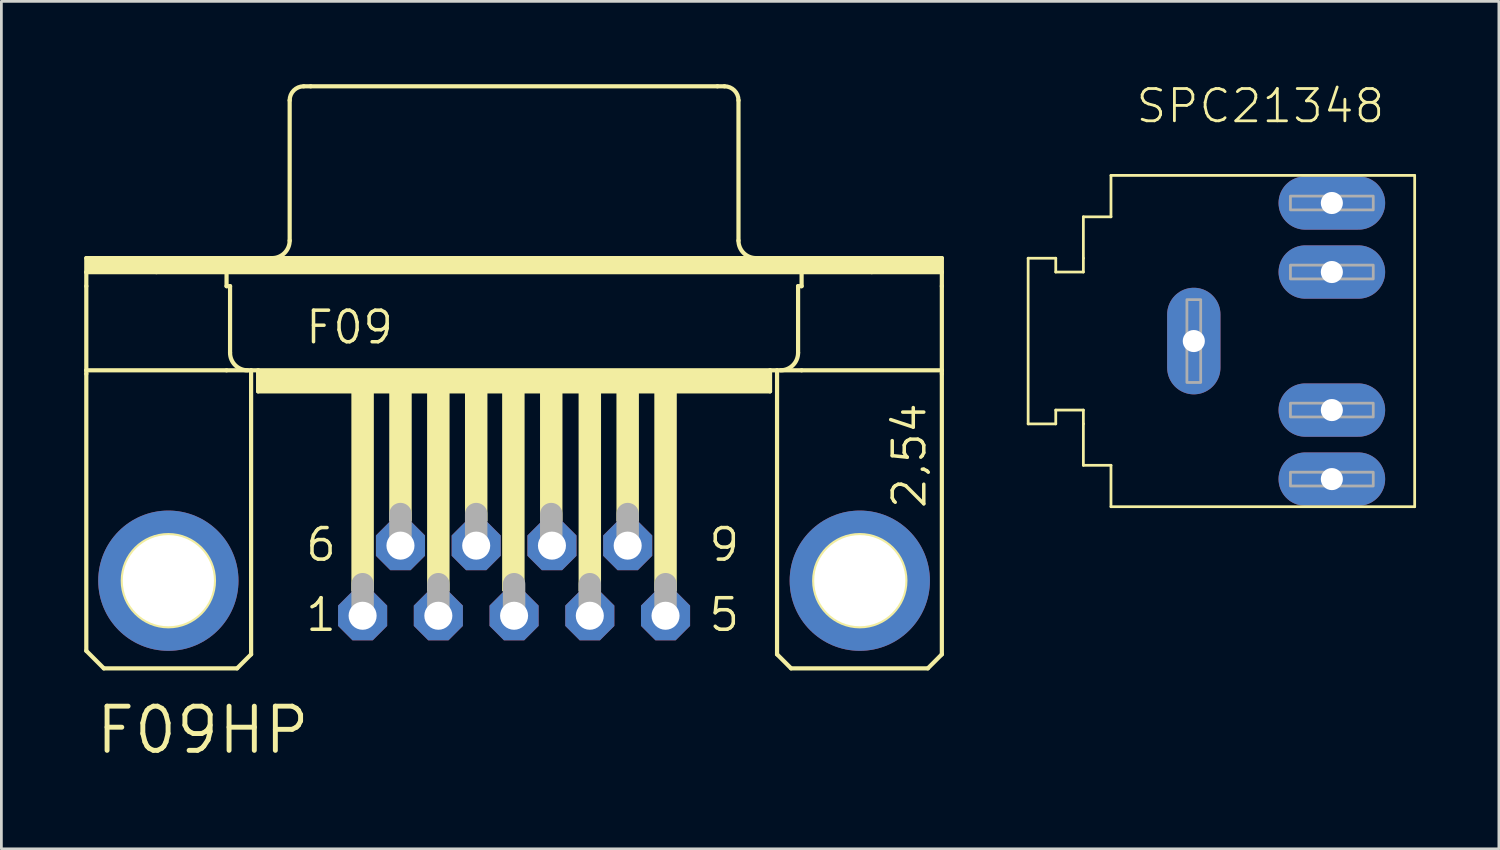
<source format=kicad_pcb>
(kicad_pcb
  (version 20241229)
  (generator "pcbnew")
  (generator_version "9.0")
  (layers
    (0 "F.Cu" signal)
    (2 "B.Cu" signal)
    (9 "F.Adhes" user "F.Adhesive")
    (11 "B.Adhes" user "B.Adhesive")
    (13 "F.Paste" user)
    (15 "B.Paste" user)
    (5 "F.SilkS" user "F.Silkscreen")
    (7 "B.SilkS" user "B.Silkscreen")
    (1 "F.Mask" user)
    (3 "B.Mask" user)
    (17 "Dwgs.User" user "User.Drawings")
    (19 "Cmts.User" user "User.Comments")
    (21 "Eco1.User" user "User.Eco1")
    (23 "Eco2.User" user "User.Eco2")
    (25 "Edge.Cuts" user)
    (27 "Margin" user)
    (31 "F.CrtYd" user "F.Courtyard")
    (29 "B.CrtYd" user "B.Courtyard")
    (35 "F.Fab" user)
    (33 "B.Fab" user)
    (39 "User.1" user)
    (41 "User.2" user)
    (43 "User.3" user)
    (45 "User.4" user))
  (footprint "F09HP"
    (layer "F.Cu")
    (at 15.57 17.983)
    (property "Reference" "F09HP" (at -15.24 6.35 0) (layer "F.SilkS") (effects (font (size 1.6 1.6) (thickness 0.178)) (justify left bottom)))
    (fp_line (start -15.494 -11.684) (end -7.747 -11.684) (stroke (width 0.152) (type solid)) (layer "F.SilkS"))
    (fp_line (start -15.494 -11.176) (end -15.494 -11.684) (stroke (width 0.152) (type solid)) (layer "F.SilkS"))
    (fp_line (start -15.494 -11.176) (end -12.954 -11.176) (stroke (width 0.152) (type solid)) (layer "F.SilkS"))
    (fp_line (start -15.494 -10.668) (end -15.494 -11.176) (stroke (width 0.152) (type solid)) (layer "F.SilkS"))
    (fp_line (start -15.494 -7.62) (end -15.494 -10.668) (stroke (width 0.152) (type solid)) (layer "F.SilkS"))
    (fp_line (start -15.494 -7.62) (end -15.494 -7.493) (stroke (width 0.152) (type solid)) (layer "F.SilkS"))
    (fp_line (start -15.494 -7.62) (end -10.414 -7.62) (stroke (width 0.152) (type solid)) (layer "F.SilkS"))
    (fp_line (start -15.494 2.54) (end -15.494 -7.493) (stroke (width 0.152) (type solid)) (layer "F.SilkS"))
    (fp_line (start -14.859 3.175) (end -15.494 2.54) (stroke (width 0.152) (type solid)) (layer "F.SilkS"))
    (fp_line (start -12.954 -11.176) (end -10.414 -11.176) (stroke (width 0.152) (type solid)) (layer "F.SilkS"))
    (fp_line (start -10.414 -11.176) (end 10.414 -11.176) (stroke (width 0.152) (type solid)) (layer "F.SilkS"))
    (fp_line (start -10.414 -10.668) (end -10.414 -11.176) (stroke (width 0.152) (type solid)) (layer "F.SilkS"))
    (fp_line (start -10.414 -10.668) (end -10.287 -10.668) (stroke (width 0.152) (type solid)) (layer "F.SilkS"))
    (fp_line (start -10.414 -7.62) (end -9.525 -7.62) (stroke (width 0.152) (type solid)) (layer "F.SilkS"))
    (fp_line (start -10.287 -8.255) (end -10.287 -10.668) (stroke (width 0.152) (type solid)) (layer "F.SilkS"))
    (fp_line (start -10.033 3.175) (end -14.859 3.175) (stroke (width 0.152) (type solid)) (layer "F.SilkS"))
    (fp_line (start -10.033 3.175) (end -9.525 2.667) (stroke (width 0.152) (type solid)) (layer "F.SilkS"))
    (fp_line (start -9.525 -7.62) (end -9.271 -7.62) (stroke (width 0.152) (type solid)) (layer "F.SilkS"))
    (fp_line (start -9.525 2.667) (end -9.525 -7.62) (stroke (width 0.152) (type solid)) (layer "F.SilkS"))
    (fp_line (start -9.271 -7.62) (end -9.271 -6.858) (stroke (width 0.152) (type solid)) (layer "F.SilkS"))
    (fp_line (start -9.271 -7.62) (end 9.271 -7.62) (stroke (width 0.152) (type solid)) (layer "F.SilkS"))
    (fp_line (start -9.271 -6.858) (end 9.271 -6.858) (stroke (width 0.152) (type solid)) (layer "F.SilkS"))
    (fp_line (start -8.128 -12.319) (end -8.128 -17.399) (stroke (width 0.152) (type solid)) (layer "F.SilkS"))
    (fp_line (start -7.747 -11.684) (end 7.747 -11.684) (stroke (width 0.152) (type solid)) (layer "F.SilkS"))
    (fp_line (start -7.62 -17.907) (end -7.366 -17.907) (stroke (width 0.152) (type solid)) (layer "F.SilkS"))
    (fp_line (start -7.366 -17.907) (end 7.366 -17.907) (stroke (width 0.152) (type solid)) (layer "F.SilkS"))
    (fp_line (start 7.366 -17.907) (end 7.62 -17.907) (stroke (width 0.152) (type solid)) (layer "F.SilkS"))
    (fp_line (start 7.747 -11.684) (end 15.494 -11.684) (stroke (width 0.152) (type solid)) (layer "F.SilkS"))
    (fp_line (start 8.128 -12.319) (end 8.128 -17.399) (stroke (width 0.152) (type solid)) (layer "F.SilkS"))
    (fp_line (start 9.271 -7.62) (end 9.271 -6.858) (stroke (width 0.152) (type solid)) (layer "F.SilkS"))
    (fp_line (start 9.271 -7.62) (end 9.525 -7.62) (stroke (width 0.152) (type solid)) (layer "F.SilkS"))
    (fp_line (start 9.525 -7.62) (end 10.414 -7.62) (stroke (width 0.152) (type solid)) (layer "F.SilkS"))
    (fp_line (start 9.525 2.667) (end 9.525 -7.62) (stroke (width 0.152) (type solid)) (layer "F.SilkS"))
    (fp_line (start 9.525 2.667) (end 10.033 3.175) (stroke (width 0.152) (type solid)) (layer "F.SilkS"))
    (fp_line (start 10.033 3.175) (end 14.986 3.175) (stroke (width 0.152) (type solid)) (layer "F.SilkS"))
    (fp_line (start 10.287 -10.668) (end 10.414 -10.668) (stroke (width 0.152) (type solid)) (layer "F.SilkS"))
    (fp_line (start 10.287 -8.255) (end 10.287 -10.668) (stroke (width 0.152) (type solid)) (layer "F.SilkS"))
    (fp_line (start 10.414 -11.176) (end 12.954 -11.176) (stroke (width 0.152) (type solid)) (layer "F.SilkS"))
    (fp_line (start 10.414 -10.668) (end 10.414 -11.176) (stroke (width 0.152) (type solid)) (layer "F.SilkS"))
    (fp_line (start 10.414 -7.62) (end 15.494 -7.62) (stroke (width 0.152) (type solid)) (layer "F.SilkS"))
    (fp_line (start 12.954 -11.176) (end 15.494 -11.176) (stroke (width 0.152) (type solid)) (layer "F.SilkS"))
    (fp_line (start 14.986 3.175) (end 15.494 2.667) (stroke (width 0.152) (type solid)) (layer "F.SilkS"))
    (fp_line (start 15.494 -11.684) (end 15.494 -11.176) (stroke (width 0.152) (type solid)) (layer "F.SilkS"))
    (fp_line (start 15.494 -11.176) (end 15.494 -10.668) (stroke (width 0.152) (type solid)) (layer "F.SilkS"))
    (fp_line (start 15.494 -10.668) (end 15.494 -7.62) (stroke (width 0.152) (type solid)) (layer "F.SilkS"))
    (fp_line (start 15.494 -7.62) (end 15.494 -7.493) (stroke (width 0.152) (type solid)) (layer "F.SilkS"))
    (fp_line (start 15.494 2.667) (end 15.494 -7.493) (stroke (width 0.152) (type solid)) (layer "F.SilkS"))
    (fp_arc (start -9.652 -7.62) (mid -10.101013 -7.805987) (end -10.287 -8.255) (stroke (width 0.1524) (type solid)) (layer "F.SilkS"))
    (fp_arc (start -8.128 -17.399) (mid -7.97921 -17.75821) (end -7.62 -17.907) (stroke (width 0.1524) (type solid)) (layer "F.SilkS"))
    (fp_arc (start -8.128 -12.319) (mid -8.313987 -11.869987) (end -8.763 -11.684) (stroke (width 0.1524) (type solid)) (layer "F.SilkS"))
    (fp_arc (start 7.62 -17.907) (mid 7.97921 -17.75821) (end 8.128 -17.399) (stroke (width 0.1524) (type solid)) (layer "F.SilkS"))
    (fp_arc (start 8.763 -11.684) (mid 8.313987 -11.869987) (end 8.128 -12.319) (stroke (width 0.1524) (type solid)) (layer "F.SilkS"))
    (fp_arc (start 10.287 -8.255) (mid 10.101013 -7.805987) (end 9.652 -7.62) (stroke (width 0.1524) (type solid)) (layer "F.SilkS"))
    (fp_circle (center -12.522 0) (end -10.871 0) (stroke (width 0.152) (type solid)) (fill no) (layer "F.SilkS"))
    (fp_circle (center 12.522 0) (end 14.173 0) (stroke (width 0.152) (type solid)) (fill no) (layer "F.SilkS"))
    (fp_poly (pts (xy -15.494 -11.176) (xy 15.494 -11.176) (xy 15.494 -11.684) (xy -15.494 -11.684)) (stroke (width 0) (type solid)) (fill yes) (layer "F.SilkS"))
    (fp_poly (pts (xy -9.271 -6.858) (xy 9.271 -6.858) (xy 9.271 -7.62) (xy -9.271 -7.62)) (stroke (width 0) (type solid)) (fill yes) (layer "F.SilkS"))
    (fp_poly (pts (xy -5.893 0.381) (xy -5.08 0.381) (xy -5.08 -6.858) (xy -5.893 -6.858)) (stroke (width 0) (type solid)) (fill yes) (layer "F.SilkS"))
    (fp_poly (pts (xy -4.521 -2.159) (xy -3.708 -2.159) (xy -3.708 -6.858) (xy -4.521 -6.858)) (stroke (width 0) (type solid)) (fill yes) (layer "F.SilkS"))
    (fp_poly (pts (xy -3.15 0.381) (xy -2.337 0.381) (xy -2.337 -6.858) (xy -3.15 -6.858)) (stroke (width 0) (type solid)) (fill yes) (layer "F.SilkS"))
    (fp_poly (pts (xy -1.778 -2.159) (xy -0.965 -2.159) (xy -0.965 -6.858) (xy -1.778 -6.858)) (stroke (width 0) (type solid)) (fill yes) (layer "F.SilkS"))
    (fp_poly (pts (xy -0.432 0.381) (xy 0.381 0.381) (xy 0.381 -6.858) (xy -0.432 -6.858)) (stroke (width 0) (type solid)) (fill yes) (layer "F.SilkS"))
    (fp_poly (pts (xy 0.94 -2.159) (xy 1.753 -2.159) (xy 1.753 -6.858) (xy 0.94 -6.858)) (stroke (width 0) (type solid)) (fill yes) (layer "F.SilkS"))
    (fp_poly (pts (xy 2.337 0.381) (xy 3.15 0.381) (xy 3.15 -6.858) (xy 2.337 -6.858)) (stroke (width 0) (type solid)) (fill yes) (layer "F.SilkS"))
    (fp_poly (pts (xy 3.708 -2.159) (xy 4.521 -2.159) (xy 4.521 -6.858) (xy 3.708 -6.858)) (stroke (width 0) (type solid)) (fill yes) (layer "F.SilkS"))
    (fp_poly (pts (xy 5.08 0.381) (xy 5.893 0.381) (xy 5.893 -6.858) (xy 5.08 -6.858)) (stroke (width 0) (type solid)) (fill yes) (layer "F.SilkS"))
    (fp_line (start -5.486 1.143) (end -5.486 0.127) (stroke (width 0.813) (type solid)) (layer "F.Fab"))
    (fp_line (start -4.115 -1.397) (end -4.115 -2.413) (stroke (width 0.813) (type solid)) (layer "F.Fab"))
    (fp_line (start -2.743 1.143) (end -2.743 0.127) (stroke (width 0.813) (type solid)) (layer "F.Fab"))
    (fp_line (start -1.372 -1.397) (end -1.372 -2.413) (stroke (width 0.813) (type solid)) (layer "F.Fab"))
    (fp_line (start 0 1.143) (end 0 0.127) (stroke (width 0.813) (type solid)) (layer "F.Fab"))
    (fp_line (start 1.346 -1.397) (end 1.346 -2.413) (stroke (width 0.813) (type solid)) (layer "F.Fab"))
    (fp_line (start 2.743 1.143) (end 2.743 0.127) (stroke (width 0.813) (type solid)) (layer "F.Fab"))
    (fp_line (start 4.115 -1.397) (end 4.115 -2.413) (stroke (width 0.813) (type solid)) (layer "F.Fab"))
    (fp_line (start 5.486 1.143) (end 5.486 0.127) (stroke (width 0.813) (type solid)) (layer "F.Fab"))
    (fp_text user "F09" (at -7.62 -8.509 0) (layer "F.SilkS") (effects (font (size 1.143 1.143) (thickness 0.127)) (justify left bottom)))
    (fp_text user "9" (at 6.985 -0.635 0) (layer "F.SilkS") (effects (font (size 1.143 1.143) (thickness 0.127)) (justify left bottom)))
    (fp_text user "1" (at -7.62 1.905 0) (layer "F.SilkS") (effects (font (size 1.143 1.143) (thickness 0.127)) (justify left bottom)))
    (fp_text user "6" (at -7.62 -0.635 0) (layer "F.SilkS") (effects (font (size 1.143 1.143) (thickness 0.127)) (justify left bottom)))
    (fp_text user "2,54" (at 14.986 -2.54 90) (layer "F.SilkS") (effects (font (size 1.143 1.143) (thickness 0.127)) (justify left bottom)))
    (fp_text user "5" (at 6.985 1.905 0) (layer "F.SilkS") (effects (font (size 1.143 1.143) (thickness 0.127)) (justify left bottom)))
    (pad "1" thru_hole roundrect (at -5.486 1.27) (size 1.778 1.778) (drill 1.016) (layers "*.Cu" "*.Mask") (roundrect_rratio 0.25) (chamfer_ratio 0.293) (chamfer top_left top_right bottom_left bottom_right))
    (pad "2" thru_hole roundrect (at -2.743 1.27) (size 1.778 1.778) (drill 1.016) (layers "*.Cu" "*.Mask") (roundrect_rratio 0.25) (chamfer_ratio 0.293) (chamfer top_left top_right bottom_left bottom_right))
    (pad "3" thru_hole roundrect (at 0 1.27) (size 1.778 1.778) (drill 1.016) (layers "*.Cu" "*.Mask") (roundrect_rratio 0.25) (chamfer_ratio 0.293) (chamfer top_left top_right bottom_left bottom_right))
    (pad "4" thru_hole roundrect (at 2.743 1.27) (size 1.778 1.778) (drill 1.016) (layers "*.Cu" "*.Mask") (roundrect_rratio 0.25) (chamfer_ratio 0.293) (chamfer top_left top_right bottom_left bottom_right))
    (pad "5" thru_hole roundrect (at 5.486 1.27) (size 1.778 1.778) (drill 1.016) (layers "*.Cu" "*.Mask") (roundrect_rratio 0.25) (chamfer_ratio 0.293) (chamfer top_left top_right bottom_left bottom_right))
    (pad "6" thru_hole roundrect (at -4.115 -1.27) (size 1.778 1.778) (drill 1.016) (layers "*.Cu" "*.Mask") (roundrect_rratio 0.25) (chamfer_ratio 0.293) (chamfer top_left top_right bottom_left bottom_right))
    (pad "7" thru_hole roundrect (at -1.372 -1.27) (size 1.778 1.778) (drill 1.016) (layers "*.Cu" "*.Mask") (roundrect_rratio 0.25) (chamfer_ratio 0.293) (chamfer top_left top_right bottom_left bottom_right))
    (pad "8" thru_hole roundrect (at 1.372 -1.27) (size 1.778 1.778) (drill 1.016) (layers "*.Cu" "*.Mask") (roundrect_rratio 0.25) (chamfer_ratio 0.293) (chamfer top_left top_right bottom_left bottom_right))
    (pad "9" thru_hole roundrect (at 4.115 -1.27) (size 1.778 1.778) (drill 1.016) (layers "*.Cu" "*.Mask") (roundrect_rratio 0.25) (chamfer_ratio 0.293) (chamfer top_left top_right bottom_left bottom_right))
    (pad "G1" thru_hole circle (at -12.522 0) (size 5.08 5.08) (drill 3.302) (layers "*.Cu" "*.Mask"))
    (pad "G2" thru_hole circle (at 12.522 0) (size 5.08 5.08) (drill 3.302) (layers "*.Cu" "*.Mask")))
  (footprint "SPC21348"
    (layer "F.Cu")
    (at 40.19 9.303)
    (property "Reference" "SPC21348" (at -2.16 -7.83 0) (layer "F.SilkS") (effects (font (size 1.168 1.168) (thickness 0.102)) (justify left bottom)))
    (fp_line (start -6 -3) (end -6 3) (stroke (width 0.1) (type solid)) (layer "F.SilkS"))
    (fp_line (start -6 -3) (end -5 -3) (stroke (width 0.1) (type solid)) (layer "F.SilkS"))
    (fp_line (start -6 3) (end -5 3) (stroke (width 0.1) (type solid)) (layer "F.SilkS"))
    (fp_line (start -5 -3) (end -5 -2.5) (stroke (width 0.1) (type solid)) (layer "F.SilkS"))
    (fp_line (start -5 -2.5) (end -4 -2.5) (stroke (width 0.1) (type solid)) (layer "F.SilkS"))
    (fp_line (start -5 2.5) (end -5 3) (stroke (width 0.1) (type solid)) (layer "F.SilkS"))
    (fp_line (start -4 -4.5) (end -4 -3) (stroke (width 0.1) (type solid)) (layer "F.SilkS"))
    (fp_line (start -4 -2.5) (end -4 -3) (stroke (width 0.1) (type solid)) (layer "F.SilkS"))
    (fp_line (start -4 2.5) (end -5 2.5) (stroke (width 0.1) (type solid)) (layer "F.SilkS"))
    (fp_line (start -4 3) (end -4 2.5) (stroke (width 0.1) (type solid)) (layer "F.SilkS"))
    (fp_line (start -4 4.5) (end -4 3) (stroke (width 0.1) (type solid)) (layer "F.SilkS"))
    (fp_line (start -3 -6) (end -3 -4.5) (stroke (width 0.1) (type solid)) (layer "F.SilkS"))
    (fp_line (start -3 -6) (end 8 -6) (stroke (width 0.1) (type solid)) (layer "F.SilkS"))
    (fp_line (start -3 -4.5) (end -4 -4.5) (stroke (width 0.1) (type solid)) (layer "F.SilkS"))
    (fp_line (start -3 4.5) (end -4 4.5) (stroke (width 0.1) (type solid)) (layer "F.SilkS"))
    (fp_line (start -3 6) (end -3 4.5) (stroke (width 0.1) (type solid)) (layer "F.SilkS"))
    (fp_line (start -3 6) (end 8 6) (stroke (width 0.1) (type solid)) (layer "F.SilkS"))
    (fp_line (start 8 -6) (end 8 6) (stroke (width 0.1) (type solid)) (layer "F.SilkS"))
    (fp_poly (pts (xy -0.25 1.5) (xy 0.25 1.5) (xy 0.25 -1.5) (xy -0.25 -1.5)) (stroke (width 0.1) (type solid)) (fill no) (layer "F.Fab"))
    (fp_poly (pts (xy 6.5 -4.75) (xy 6.5 -5.25) (xy 3.5 -5.25) (xy 3.5 -4.75)) (stroke (width 0.1) (type solid)) (fill no) (layer "F.Fab"))
    (fp_poly (pts (xy 6.5 -2.25) (xy 6.5 -2.75) (xy 3.5 -2.75) (xy 3.5 -2.25)) (stroke (width 0.1) (type solid)) (fill no) (layer "F.Fab"))
    (fp_poly (pts (xy 6.5 2.75) (xy 6.5 2.25) (xy 3.5 2.25) (xy 3.5 2.75)) (stroke (width 0.1) (type solid)) (fill no) (layer "F.Fab"))
    (fp_poly (pts (xy 6.5 5.25) (xy 6.5 4.75) (xy 3.5 4.75) (xy 3.5 5.25)) (stroke (width 0.1) (type solid)) (fill no) (layer "F.Fab"))
    (pad "P$3" thru_hole oval (at 0 0 90) (size 3.861 1.93) (drill 0.8) (layers "*.Cu" "*.Mask"))
    (pad "P$4" thru_hole oval (at 5 2.5 180) (size 3.861 1.93) (drill 0.8) (layers "*.Cu" "*.Mask"))
    (pad "P$5" thru_hole oval (at 5 -2.5 180) (size 3.861 1.93) (drill 0.8) (layers "*.Cu" "*.Mask"))
    (pad "P$6" thru_hole oval (at 5 5 180) (size 3.861 1.93) (drill 0.8) (layers "*.Cu" "*.Mask"))
    (pad "P$7" thru_hole oval (at 5 -5 180) (size 3.861 1.93) (drill 0.8) (layers "*.Cu" "*.Mask")))
  (gr_rect
    (start -3 -3)
    (end 51.24 27.696)
    (stroke (width 0.1) (type default))
    (fill no)
    (layer "Edge.Cuts")))
</source>
